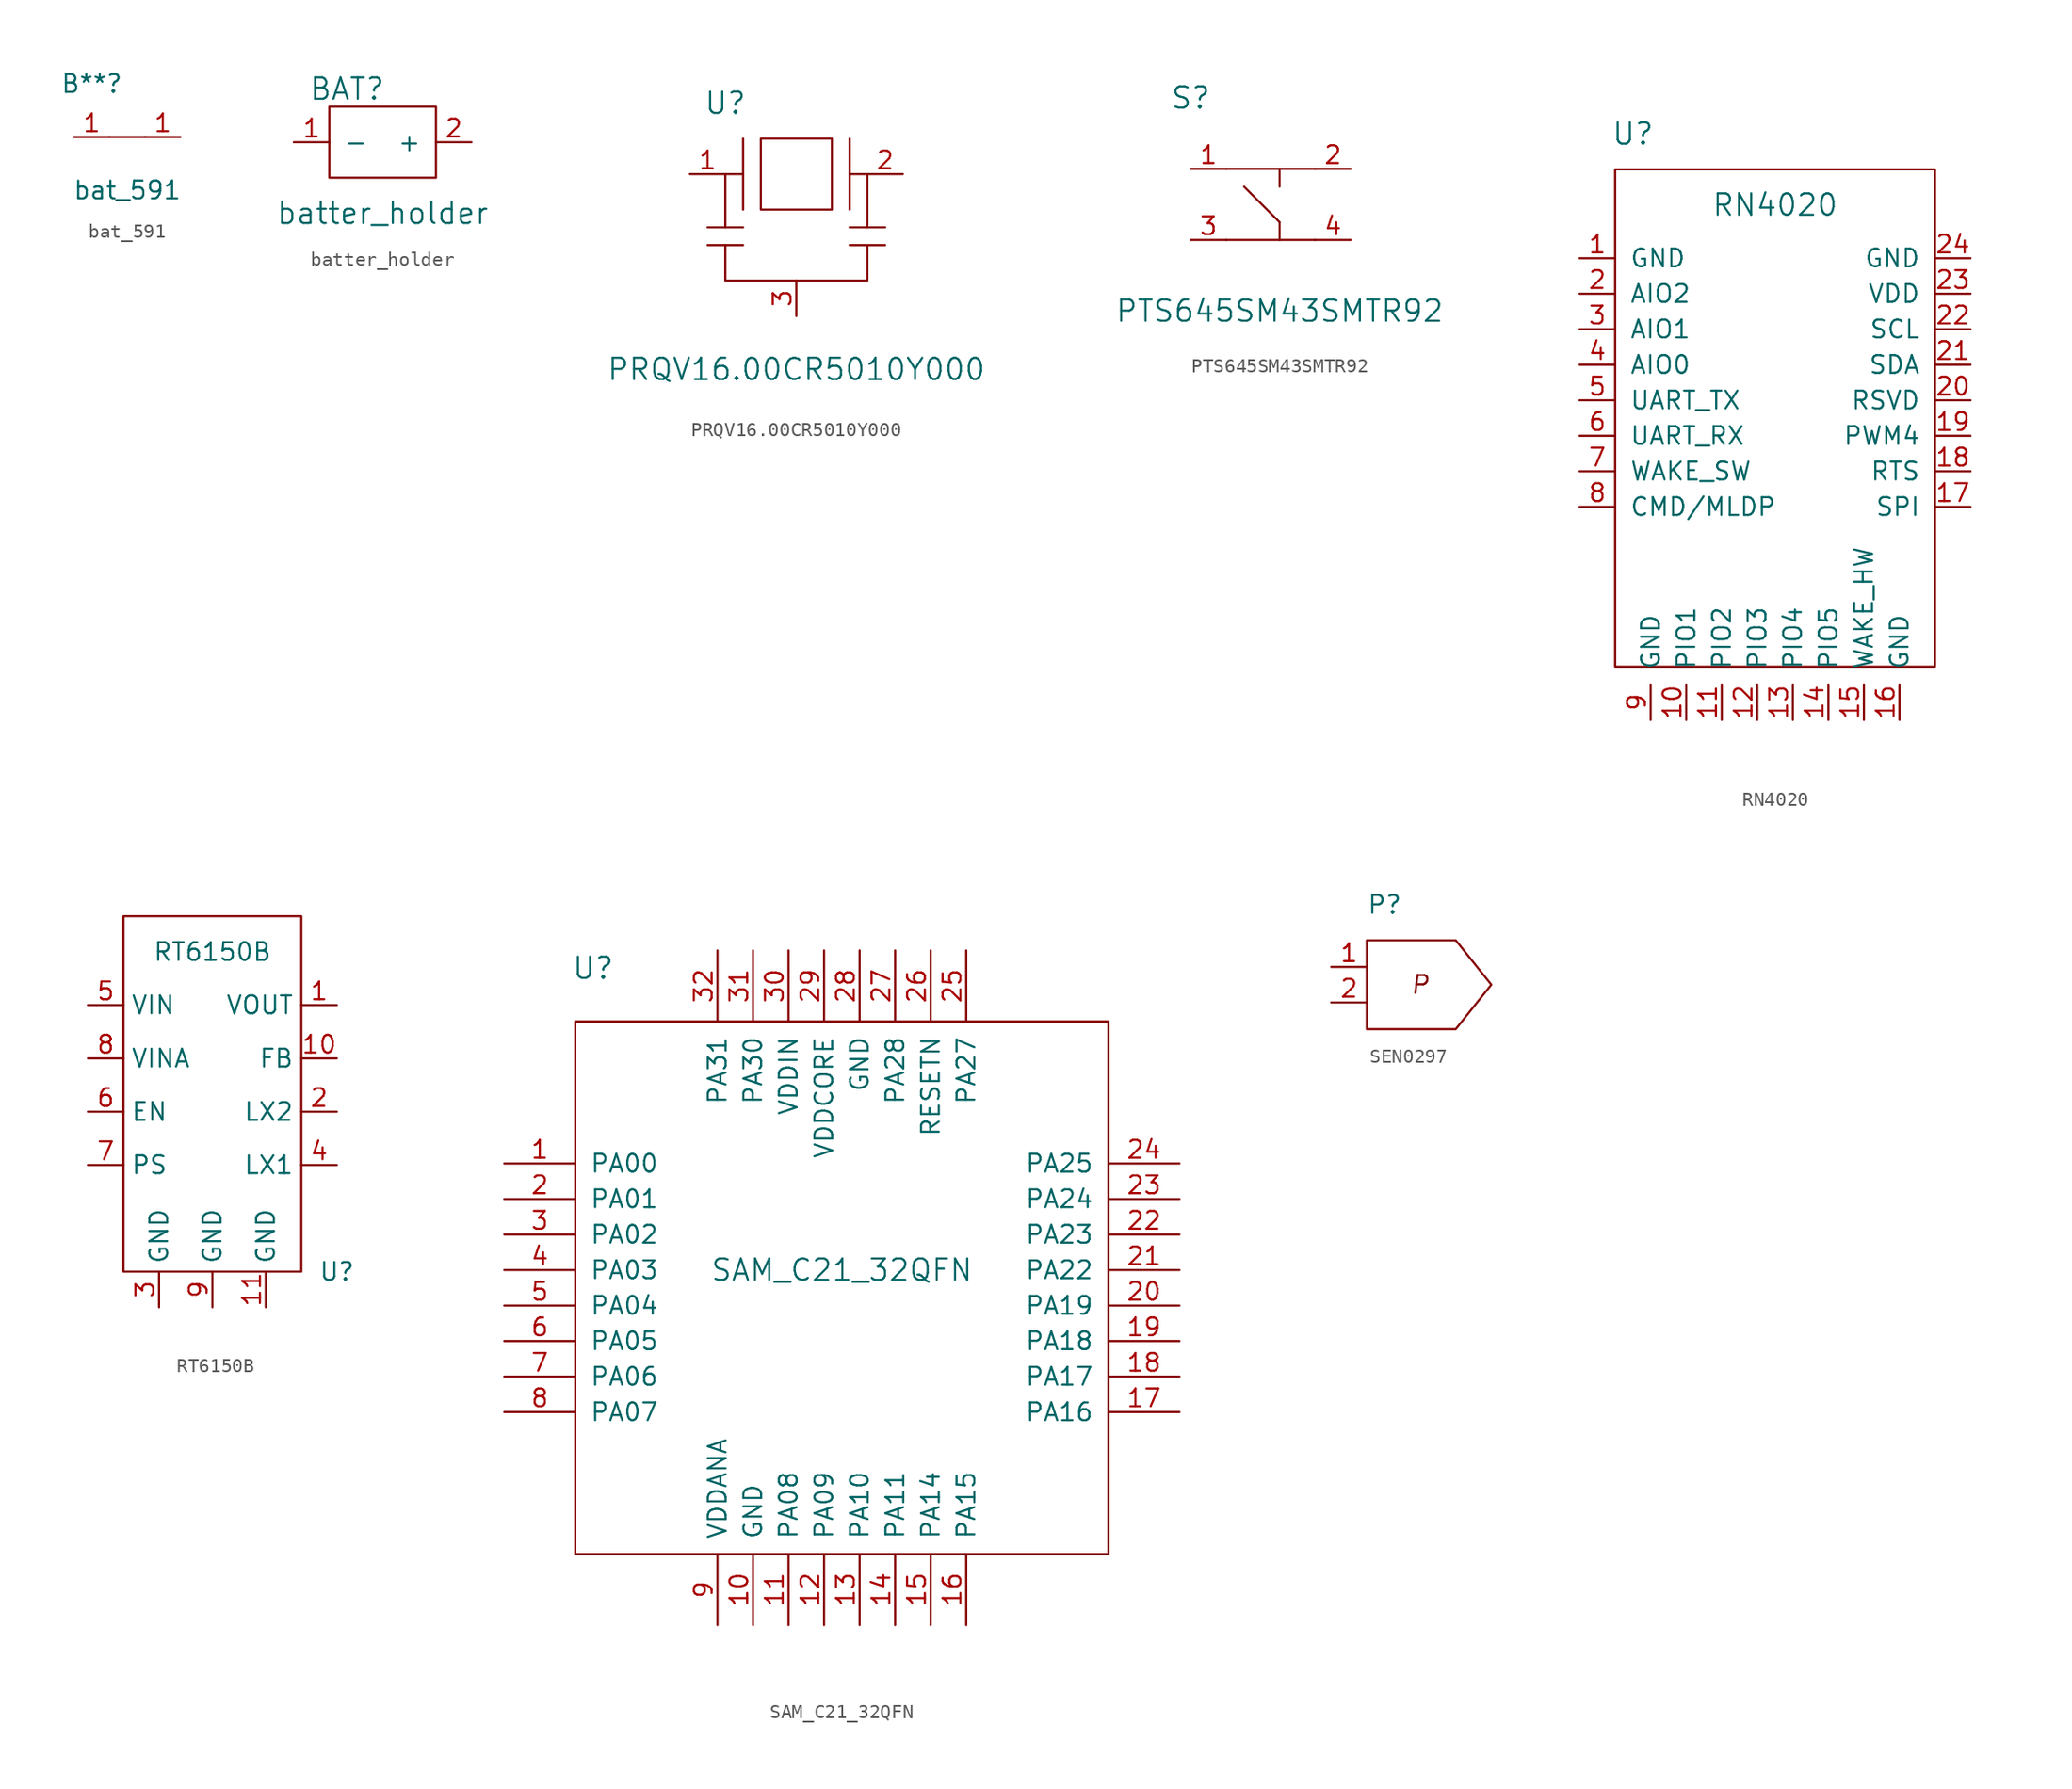
<source format=kicad_sym>
(kicad_symbol_lib
  (version 20231120)
  (generator "kicad_symbol_editor")
  (generator_version "8.0")
  (symbol "bat_591"
    (property "Reference" "B**"
      (at -2.54 3.81 0)
      (effects (font (size 1.27 1.27))))
    (property "Value" "bat_591"
      (at 0 -3.81 0)
      (effects (font (size 1.27 1.27))))
    (symbol "bat_591_0_1"
      (polyline (pts (xy 1.27 0) (xy -1.27 0)) (stroke (width 0) (type default)) (fill (type none))))
    (symbol "bat_591_1_1"
      (pin input line (at -3.81 0 0) (length 2.54) (name "" (effects (font (size 1.27 1.27)))) (number "1" (effects (font (size 1.27 1.27)))))
      (pin input line (at 3.81 0 180) (length 2.54) (name "" (effects (font (size 1.27 1.27)))) (number "1" (effects (font (size 1.27 1.27)))))))
  (symbol "batter_holder"
    (pin_names
      (offset 1.016))
    (property "Reference" "BAT"
      (at -2.54 3.81 0)
      (effects (font (size 1.524 1.524))))
    (property "Value" "batter_holder"
      (at 0 -5.08 0)
      (effects (font (size 1.524 1.524))))
    (symbol "batter_holder_0_1"
      (rectangle (start -3.81 2.54) (end 3.81 -2.54) (stroke (width 0) (type default)) (fill (type none))))
    (symbol "batter_holder_1_1"
      (pin input line (at -6.35 0 0) (length 2.54) (name "-" (effects (font (size 1.27 1.27)))) (number "1" (effects (font (size 1.27 1.27)))))
      (pin input line (at 6.35 0 180) (length 2.54) (name "+" (effects (font (size 1.27 1.27)))) (number "2" (effects (font (size 1.27 1.27)))))))
  (symbol "PRQV16.00CR5010Y000"
    (pin_names
      (offset 1.016))
    (property "Reference" "U"
      (at -5.08 5.08 0)
      (effects (font (size 1.524 1.524))))
    (property "Value" "PRQV16.00CR5010Y000"
      (at 0 -13.97 0)
      (effects (font (size 1.524 1.524))))
    (symbol "PRQV16.00CR5010Y000_0_1"
      (rectangle (start -2.54 2.54) (end 2.54 -2.54) (stroke (width 0) (type default)) (fill (type none)))
      (polyline (pts (xy -6.35 -5.08) (xy -3.81 -5.08)) (stroke (width 0) (type default)) (fill (type none)))
      (polyline (pts (xy -6.35 -3.81) (xy -3.81 -3.81)) (stroke (width 0) (type default)) (fill (type none)))
      (polyline (pts (xy -3.81 2.54) (xy -3.81 -2.54)) (stroke (width 0) (type default)) (fill (type none)))
      (polyline (pts (xy 3.81 -3.81) (xy 6.35 -3.81)) (stroke (width 0) (type default)) (fill (type none)))
      (polyline (pts (xy 3.81 2.54) (xy 3.81 -2.54)) (stroke (width 0) (type default)) (fill (type none)))
      (polyline (pts (xy -5.08 -3.81) (xy -5.08 0) (xy -3.81 0)) (stroke (width 0) (type default)) (fill (type none)))
      (polyline (pts (xy 0 -7.62) (xy -5.08 -7.62) (xy -5.08 -5.08)) (stroke (width 0) (type default)) (fill (type none)))
      (polyline (pts (xy 5.08 -3.81) (xy 5.08 0) (xy 3.81 0)) (stroke (width 0) (type default)) (fill (type none)))
      (polyline (pts (xy 3.81 -5.08) (xy 6.35 -5.08) (xy 5.08 -5.08) (xy 5.08 -7.62) (xy 0 -7.62)) (stroke (width 0) (type default)) (fill (type none))))
    (symbol "PRQV16.00CR5010Y000_1_1"
      (pin input line (at -7.62 0 0) (length 2.54) (name "~" (effects (font (size 1.27 1.27)))) (number "1" (effects (font (size 1.27 1.27)))))
      (pin input line (at 7.62 0 180) (length 2.54) (name "~" (effects (font (size 1.27 1.27)))) (number "2" (effects (font (size 1.27 1.27)))))
      (pin input line (at 0 -10.16 90) (length 2.54) (name "~" (effects (font (size 1.27 1.27)))) (number "3" (effects (font (size 1.27 1.27)))))))
  (symbol "PTS645SM43SMTR92"
    (pin_names
      (offset 1.016))
    (property "Reference" "S"
      (at -6.35 7.62 0)
      (effects (font (size 1.524 1.524))))
    (property "Value" "PTS645SM43SMTR92"
      (at 0 -7.62 0)
      (effects (font (size 1.524 1.524))))
    (symbol "PTS645SM43SMTR92_0_1"
      (polyline (pts (xy 0 -2.54) (xy 0 -1.27)) (stroke (width 0) (type default)) (fill (type none)))
      (polyline (pts (xy 0 -1.27) (xy -2.54 1.27)) (stroke (width 0) (type default)) (fill (type none)))
      (polyline (pts (xy 0 2.54) (xy 0 1.27)) (stroke (width 0) (type default)) (fill (type none)))
      (polyline (pts (xy 2.54 -2.54) (xy -3.81 -2.54)) (stroke (width 0) (type default)) (fill (type none)))
      (polyline (pts (xy 2.54 2.54) (xy -3.81 2.54)) (stroke (width 0) (type default)) (fill (type none))))
    (symbol "PTS645SM43SMTR92_1_1"
      (pin input line (at -6.35 2.54 0) (length 2.54) (name "~" (effects (font (size 1.27 1.27)))) (number "1" (effects (font (size 1.27 1.27)))))
      (pin input line (at 5.08 2.54 180) (length 2.54) (name "~" (effects (font (size 1.27 1.27)))) (number "2" (effects (font (size 1.27 1.27)))))
      (pin input line (at -6.35 -2.54 0) (length 2.54) (name "~" (effects (font (size 1.27 1.27)))) (number "3" (effects (font (size 1.27 1.27)))))
      (pin input line (at 5.08 -2.54 180) (length 2.54) (name "~" (effects (font (size 1.27 1.27)))) (number "4" (effects (font (size 1.27 1.27)))))))
  (symbol "RN4020"
    (pin_names
      (offset 1.016))
    (property "Reference" "U"
      (at -3.81 12.7 0)
      (effects (font (size 1.524 1.524))))
    (property "Value" "RN4020"
      (at 6.35 7.62 0)
      (effects (font (size 1.524 1.524))))
    (symbol "RN4020_0_1"
      (rectangle (start -5.08 10.16) (end 17.78 -25.4) (stroke (width 0) (type default)) (fill (type none))))
    (symbol "RN4020_1_1"
      (pin unspecified line (at -7.62 3.81 0) (length 2.54) (name "GND" (effects (font (size 1.27 1.27)))) (number "1" (effects (font (size 1.27 1.27)))))
      (pin unspecified line (at 0 -29.21 90) (length 2.54) (name "PIO1" (effects (font (size 1.27 1.27)))) (number "10" (effects (font (size 1.27 1.27)))))
      (pin unspecified line (at 2.54 -29.21 90) (length 2.54) (name "PIO2" (effects (font (size 1.27 1.27)))) (number "11" (effects (font (size 1.27 1.27)))))
      (pin unspecified line (at 5.08 -29.21 90) (length 2.54) (name "PIO3" (effects (font (size 1.27 1.27)))) (number "12" (effects (font (size 1.27 1.27)))))
      (pin unspecified line (at 7.62 -29.21 90) (length 2.54) (name "PIO4" (effects (font (size 1.27 1.27)))) (number "13" (effects (font (size 1.27 1.27)))))
      (pin unspecified line (at 10.16 -29.21 90) (length 2.54) (name "PIO5" (effects (font (size 1.27 1.27)))) (number "14" (effects (font (size 1.27 1.27)))))
      (pin unspecified line (at 12.7 -29.21 90) (length 2.54) (name "WAKE_HW" (effects (font (size 1.27 1.27)))) (number "15" (effects (font (size 1.27 1.27)))))
      (pin unspecified line (at 15.24 -29.21 90) (length 2.54) (name "GND" (effects (font (size 1.27 1.27)))) (number "16" (effects (font (size 1.27 1.27)))))
      (pin unspecified line (at 20.32 -13.97 180) (length 2.54) (name "SPI" (effects (font (size 1.27 1.27)))) (number "17" (effects (font (size 1.27 1.27)))))
      (pin unspecified line (at 20.32 -11.43 180) (length 2.54) (name "RTS" (effects (font (size 1.27 1.27)))) (number "18" (effects (font (size 1.27 1.27)))))
      (pin unspecified line (at 20.32 -8.89 180) (length 2.54) (name "PWM4" (effects (font (size 1.27 1.27)))) (number "19" (effects (font (size 1.27 1.27)))))
      (pin unspecified line (at -7.62 1.27 0) (length 2.54) (name "AIO2" (effects (font (size 1.27 1.27)))) (number "2" (effects (font (size 1.27 1.27)))))
      (pin unspecified line (at 20.32 -6.35 180) (length 2.54) (name "RSVD" (effects (font (size 1.27 1.27)))) (number "20" (effects (font (size 1.27 1.27)))))
      (pin unspecified line (at 20.32 -3.81 180) (length 2.54) (name "SDA" (effects (font (size 1.27 1.27)))) (number "21" (effects (font (size 1.27 1.27)))))
      (pin unspecified line (at 20.32 -1.27 180) (length 2.54) (name "SCL" (effects (font (size 1.27 1.27)))) (number "22" (effects (font (size 1.27 1.27)))))
      (pin unspecified line (at 20.32 1.27 180) (length 2.54) (name "VDD" (effects (font (size 1.27 1.27)))) (number "23" (effects (font (size 1.27 1.27)))))
      (pin unspecified line (at 20.32 3.81 180) (length 2.54) (name "GND" (effects (font (size 1.27 1.27)))) (number "24" (effects (font (size 1.27 1.27)))))
      (pin unspecified line (at -7.62 -1.27 0) (length 2.54) (name "AIO1" (effects (font (size 1.27 1.27)))) (number "3" (effects (font (size 1.27 1.27)))))
      (pin unspecified line (at -7.62 -3.81 0) (length 2.54) (name "AIO0" (effects (font (size 1.27 1.27)))) (number "4" (effects (font (size 1.27 1.27)))))
      (pin unspecified line (at -7.62 -6.35 0) (length 2.54) (name "UART_TX" (effects (font (size 1.27 1.27)))) (number "5" (effects (font (size 1.27 1.27)))))
      (pin unspecified line (at -7.62 -8.89 0) (length 2.54) (name "UART_RX" (effects (font (size 1.27 1.27)))) (number "6" (effects (font (size 1.27 1.27)))))
      (pin unspecified line (at -7.62 -11.43 0) (length 2.54) (name "WAKE_SW" (effects (font (size 1.27 1.27)))) (number "7" (effects (font (size 1.27 1.27)))))
      (pin unspecified line (at -7.62 -13.97 0) (length 2.54) (name "CMD/MLDP" (effects (font (size 1.27 1.27)))) (number "8" (effects (font (size 1.27 1.27)))))
      (pin unspecified line (at -2.54 -29.21 90) (length 2.54) (name "GND" (effects (font (size 1.27 1.27)))) (number "9" (effects (font (size 1.27 1.27)))))))
  (symbol "RT6150B"
    (property "Reference" "U"
      (at 8.89 -12.7 0)
      (effects (font (size 1.27 1.27))))
    (property "Value" "RT6150B"
      (at 0 10.16 0)
      (effects (font (size 1.27 1.27))))
    (symbol "RT6150B_0_1"
      (rectangle (start -6.35 12.7) (end 6.35 -12.7) (stroke (width 0) (type default)) (fill (type none))))
    (symbol "RT6150B_1_1"
      (pin input line (at 8.89 6.35 180) (length 2.54) (name "VOUT" (effects (font (size 1.27 1.27)))) (number "1" (effects (font (size 1.27 1.27)))))
      (pin input line (at 8.89 2.54 180) (length 2.54) (name "FB" (effects (font (size 1.27 1.27)))) (number "10" (effects (font (size 1.27 1.27)))))
      (pin input line (at 3.81 -15.24 90) (length 2.54) (name "GND" (effects (font (size 1.27 1.27)))) (number "11" (effects (font (size 1.27 1.27)))))
      (pin input line (at 8.89 -1.27 180) (length 2.54) (name "LX2" (effects (font (size 1.27 1.27)))) (number "2" (effects (font (size 1.27 1.27)))))
      (pin input line (at -3.81 -15.24 90) (length 2.54) (name "GND" (effects (font (size 1.27 1.27)))) (number "3" (effects (font (size 1.27 1.27)))))
      (pin input line (at 8.89 -5.08 180) (length 2.54) (name "LX1" (effects (font (size 1.27 1.27)))) (number "4" (effects (font (size 1.27 1.27)))))
      (pin input line (at -8.89 6.35 0) (length 2.54) (name "VIN" (effects (font (size 1.27 1.27)))) (number "5" (effects (font (size 1.27 1.27)))))
      (pin input line (at -8.89 -1.27 0) (length 2.54) (name "EN" (effects (font (size 1.27 1.27)))) (number "6" (effects (font (size 1.27 1.27)))))
      (pin input line (at -8.89 -5.08 0) (length 2.54) (name "PS" (effects (font (size 1.27 1.27)))) (number "7" (effects (font (size 1.27 1.27)))))
      (pin input line (at -8.89 2.54 0) (length 2.54) (name "VINA" (effects (font (size 1.27 1.27)))) (number "8" (effects (font (size 1.27 1.27)))))
      (pin input line (at 0 -15.24 90) (length 2.54) (name "GND" (effects (font (size 1.27 1.27)))) (number "9" (effects (font (size 1.27 1.27)))))))
  (symbol "SAM_C21_32QFN"
    (pin_names
      (offset 1.016))
    (property "Reference" "U"
      (at -17.78 22.86 0)
      (effects (font (size 1.524 1.524))))
    (property "Value" "SAM_C21_32QFN"
      (at 0 1.27 0)
      (effects (font (size 1.524 1.524))))
    (symbol "SAM_C21_32QFN_0_1"
      (rectangle (start -19.05 19.05) (end 19.05 -19.05) (stroke (width 0) (type default)) (fill (type none))))
    (symbol "SAM_C21_32QFN_1_1"
      (pin input line (at -24.13 8.89 0) (length 5.08) (name "PA00" (effects (font (size 1.27 1.27)))) (number "1" (effects (font (size 1.27 1.27)))))
      (pin input line (at -6.35 -24.13 90) (length 5.08) (name "GND" (effects (font (size 1.27 1.27)))) (number "10" (effects (font (size 1.27 1.27)))))
      (pin input line (at -3.81 -24.13 90) (length 5.08) (name "PA08" (effects (font (size 1.27 1.27)))) (number "11" (effects (font (size 1.27 1.27)))))
      (pin input line (at -1.27 -24.13 90) (length 5.08) (name "PA09" (effects (font (size 1.27 1.27)))) (number "12" (effects (font (size 1.27 1.27)))))
      (pin input line (at 1.27 -24.13 90) (length 5.08) (name "PA10" (effects (font (size 1.27 1.27)))) (number "13" (effects (font (size 1.27 1.27)))))
      (pin input line (at 3.81 -24.13 90) (length 5.08) (name "PA11" (effects (font (size 1.27 1.27)))) (number "14" (effects (font (size 1.27 1.27)))))
      (pin input line (at 6.35 -24.13 90) (length 5.08) (name "PA14" (effects (font (size 1.27 1.27)))) (number "15" (effects (font (size 1.27 1.27)))))
      (pin input line (at 8.89 -24.13 90) (length 5.08) (name "PA15" (effects (font (size 1.27 1.27)))) (number "16" (effects (font (size 1.27 1.27)))))
      (pin input line (at 24.13 -8.89 180) (length 5.08) (name "PA16" (effects (font (size 1.27 1.27)))) (number "17" (effects (font (size 1.27 1.27)))))
      (pin input line (at 24.13 -6.35 180) (length 5.08) (name "PA17" (effects (font (size 1.27 1.27)))) (number "18" (effects (font (size 1.27 1.27)))))
      (pin input line (at 24.13 -3.81 180) (length 5.08) (name "PA18" (effects (font (size 1.27 1.27)))) (number "19" (effects (font (size 1.27 1.27)))))
      (pin input line (at -24.13 6.35 0) (length 5.08) (name "PA01" (effects (font (size 1.27 1.27)))) (number "2" (effects (font (size 1.27 1.27)))))
      (pin input line (at 24.13 -1.27 180) (length 5.08) (name "PA19" (effects (font (size 1.27 1.27)))) (number "20" (effects (font (size 1.27 1.27)))))
      (pin input line (at 24.13 1.27 180) (length 5.08) (name "PA22" (effects (font (size 1.27 1.27)))) (number "21" (effects (font (size 1.27 1.27)))))
      (pin input line (at 24.13 3.81 180) (length 5.08) (name "PA23" (effects (font (size 1.27 1.27)))) (number "22" (effects (font (size 1.27 1.27)))))
      (pin input line (at 24.13 6.35 180) (length 5.08) (name "PA24" (effects (font (size 1.27 1.27)))) (number "23" (effects (font (size 1.27 1.27)))))
      (pin input line (at 24.13 8.89 180) (length 5.08) (name "PA25" (effects (font (size 1.27 1.27)))) (number "24" (effects (font (size 1.27 1.27)))))
      (pin input line (at 8.89 24.13 270) (length 5.08) (name "PA27" (effects (font (size 1.27 1.27)))) (number "25" (effects (font (size 1.27 1.27)))))
      (pin input line (at 6.35 24.13 270) (length 5.08) (name "RESETN" (effects (font (size 1.27 1.27)))) (number "26" (effects (font (size 1.27 1.27)))))
      (pin input line (at 3.81 24.13 270) (length 5.08) (name "PA28" (effects (font (size 1.27 1.27)))) (number "27" (effects (font (size 1.27 1.27)))))
      (pin input line (at 1.27 24.13 270) (length 5.08) (name "GND" (effects (font (size 1.27 1.27)))) (number "28" (effects (font (size 1.27 1.27)))))
      (pin input line (at -1.27 24.13 270) (length 5.08) (name "VDDCORE" (effects (font (size 1.27 1.27)))) (number "29" (effects (font (size 1.27 1.27)))))
      (pin input line (at -24.13 3.81 0) (length 5.08) (name "PA02" (effects (font (size 1.27 1.27)))) (number "3" (effects (font (size 1.27 1.27)))))
      (pin input line (at -3.81 24.13 270) (length 5.08) (name "VDDIN" (effects (font (size 1.27 1.27)))) (number "30" (effects (font (size 1.27 1.27)))))
      (pin input line (at -6.35 24.13 270) (length 5.08) (name "PA30" (effects (font (size 1.27 1.27)))) (number "31" (effects (font (size 1.27 1.27)))))
      (pin input line (at -8.89 24.13 270) (length 5.08) (name "PA31" (effects (font (size 1.27 1.27)))) (number "32" (effects (font (size 1.27 1.27)))))
      (pin input line (at -24.13 1.27 0) (length 5.08) (name "PA03" (effects (font (size 1.27 1.27)))) (number "4" (effects (font (size 1.27 1.27)))))
      (pin input line (at -24.13 -1.27 0) (length 5.08) (name "PA04" (effects (font (size 1.27 1.27)))) (number "5" (effects (font (size 1.27 1.27)))))
      (pin input line (at -24.13 -3.81 0) (length 5.08) (name "PA05" (effects (font (size 1.27 1.27)))) (number "6" (effects (font (size 1.27 1.27)))))
      (pin input line (at -24.13 -6.35 0) (length 5.08) (name "PA06" (effects (font (size 1.27 1.27)))) (number "7" (effects (font (size 1.27 1.27)))))
      (pin input line (at -24.13 -8.89 0) (length 5.08) (name "PA07" (effects (font (size 1.27 1.27)))) (number "8" (effects (font (size 1.27 1.27)))))
      (pin input line (at -8.89 -24.13 90) (length 5.08) (name "VDDANA" (effects (font (size 1.27 1.27)))) (number "9" (effects (font (size 1.27 1.27)))))))
  (symbol "SEN0297"
    (property "Reference" "P"
      (at 0 1.905 0)
      (effects (font (size 1.27 1.27))))
    (property "Value" ""
      (at 0 0 0)
      (effects (font (size 1.27 1.27))))
    (symbol "SEN0297_0_1"
      (polyline (pts (xy -1.27 -0.635) (xy -1.27 -6.985) (xy 5.08 -6.985) (xy 7.62 -3.81) (xy 5.08 -0.635) (xy -1.27 -0.635)) (stroke (width 0) (type default)) (fill (type none))))
    (symbol "SEN0297_1_1"
      (text "P" (at 2.54 -3.81 0) (effects (font (size 1.27 1.27) (italic yes))))
      (pin input line (at -3.81 -2.54 0) (length 2.54) (name "" (effects (font (size 1.27 1.27)))) (number "1" (effects (font (size 1.27 1.27)))))
      (pin input line (at -3.81 -5.08 0) (length 2.54) (name "" (effects (font (size 1.27 1.27)))) (number "2" (effects (font (size 1.27 1.27))))))))
</source>
